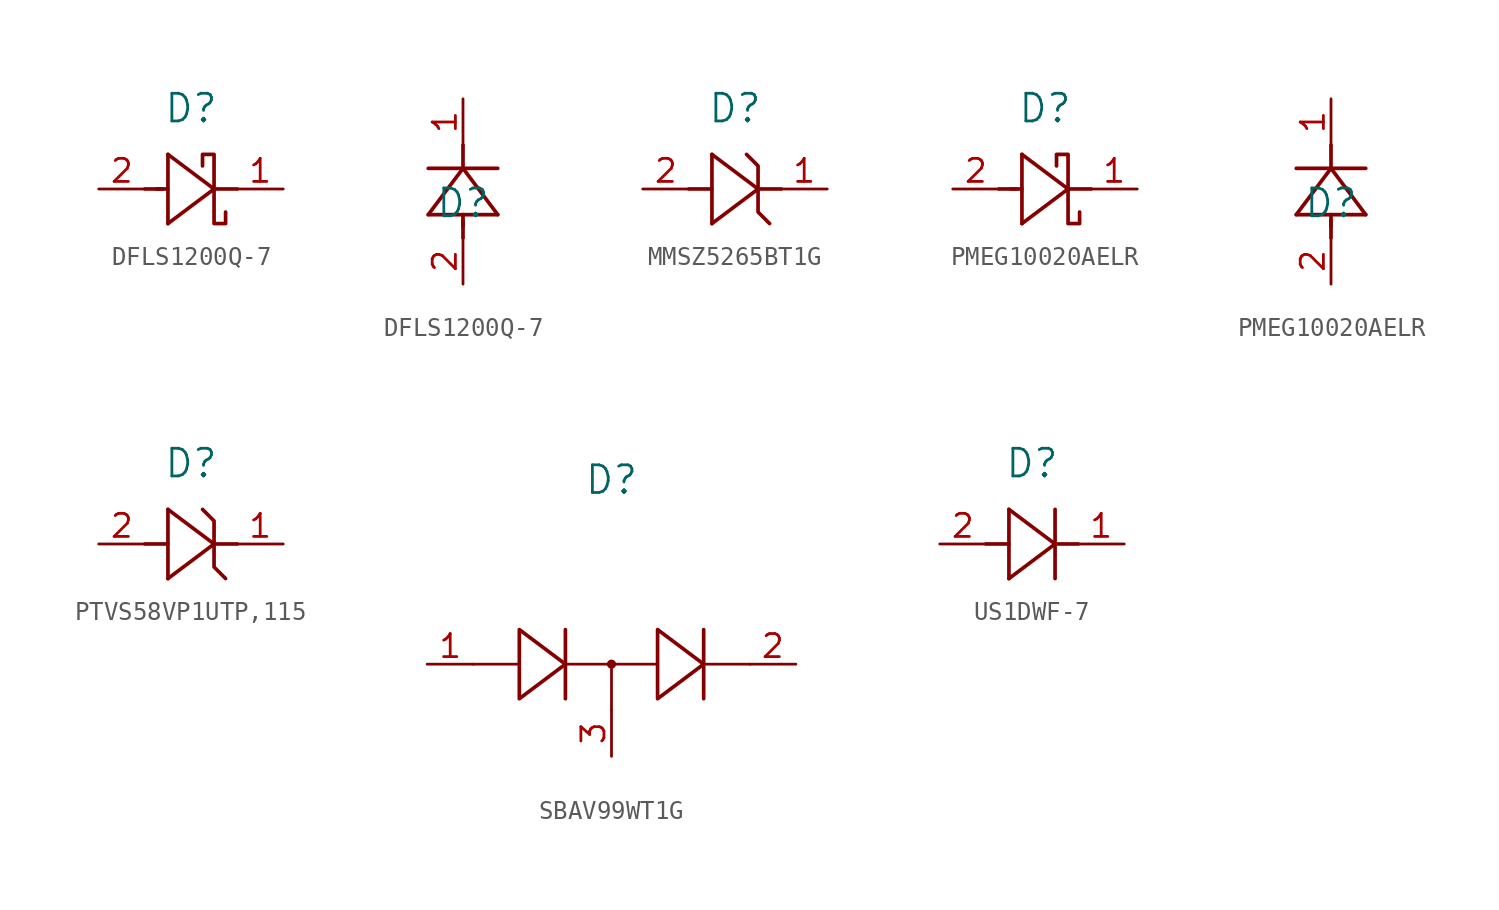
<source format=kicad_sym>
(kicad_symbol_lib
  (version 20231120)
  (generator "kicad_symbol_editor")
  (generator_version "8.0")
  (symbol "DFLS1200Q-7"
    (pin_names
      (offset 0.254))
    (property "Reference" "D"
      (at 0 4.445 0)
      (effects (font (size 1.524 1.524))))
    (symbol "DFLS1200Q-7_0_1"
      (polyline (pts (xy -2.54 0) (xy -1.6 0)) (stroke (width 0.203) (type default)) (fill (type none)))
      (polyline (pts (xy -1.905 0) (xy -1.27 0)) (stroke (width 0.203) (type default)) (fill (type none)))
      (polyline (pts (xy -1.27 -1.905) (xy 1.27 0)) (stroke (width 0.203) (type default)) (fill (type none)))
      (polyline (pts (xy -1.27 1.905) (xy -1.27 -1.905)) (stroke (width 0.203) (type default)) (fill (type none)))
      (polyline (pts (xy 1.27 0) (xy -1.27 1.905)) (stroke (width 0.203) (type default)) (fill (type none)))
      (polyline (pts (xy 1.27 0) (xy 2.54 0)) (stroke (width 0.203) (type default)) (fill (type none)))
      (polyline (pts (xy 1.905 -1.27) (xy 1.905 -1.905) (xy 1.27 -1.905) (xy 1.27 1.905) (xy 0.635 1.905) (xy 0.635 1.27)) (stroke (width 0.203) (type default)) (fill (type none))))
    (symbol "DFLS1200Q-7_1_1"
      (pin unspecified line (at 5.08 0 180) (length 2.54) (name "" (effects (font (size 1.27 1.27)))) (number "1" (effects (font (size 1.27 1.27)))))
      (pin unspecified line (at -5.08 0 0) (length 2.54) (name "" (effects (font (size 1.27 1.27)))) (number "2" (effects (font (size 1.27 1.27))))))
    (symbol "DFLS1200Q-7_1_2"
      (polyline (pts (xy -1.905 3.81) (xy 1.905 3.81)) (stroke (width 0.203) (type default)) (fill (type none)))
      (polyline (pts (xy 0 2.54) (xy 0 3.48)) (stroke (width 0.203) (type default)) (fill (type none)))
      (polyline (pts (xy 0 3.175) (xy 0 3.81)) (stroke (width 0.203) (type default)) (fill (type none)))
      (polyline (pts (xy 0 6.35) (xy -1.905 3.81)) (stroke (width 0.203) (type default)) (fill (type none)))
      (polyline (pts (xy 0 6.35) (xy 0 7.62)) (stroke (width 0.203) (type default)) (fill (type none)))
      (polyline (pts (xy 1.905 3.81) (xy 0 6.35)) (stroke (width 0.203) (type default)) (fill (type none)))
      (polyline (pts (xy 1.905 6.35) (xy -1.905 6.35)) (stroke (width 0.203) (type default)) (fill (type none)))
      (pin unspecified line (at 0 10.16 270) (length 2.54) (name "" (effects (font (size 1.27 1.27)))) (number "1" (effects (font (size 1.27 1.27)))))
      (pin unspecified line (at 0 0 90) (length 2.54) (name "" (effects (font (size 1.27 1.27)))) (number "2" (effects (font (size 1.27 1.27)))))))
  (symbol "MMSZ5265BT1G"
    (pin_names
      (offset 0.254))
    (property "Reference" "D"
      (at 0 4.445 0)
      (effects (font (size 1.524 1.524))))
    (symbol "MMSZ5265BT1G_0_1"
      (polyline (pts (xy -1.27 -1.905) (xy 1.27 0)) (stroke (width 0.203) (type default)) (fill (type none)))
      (polyline (pts (xy -1.27 0) (xy -2.54 0)) (stroke (width 0.203) (type default)) (fill (type none)))
      (polyline (pts (xy -1.27 1.905) (xy -1.27 -1.905)) (stroke (width 0.203) (type default)) (fill (type none)))
      (polyline (pts (xy 1.27 0) (xy -1.27 1.905)) (stroke (width 0.203) (type default)) (fill (type none)))
      (polyline (pts (xy 2.54 0) (xy 1.27 0)) (stroke (width 0.203) (type default)) (fill (type none)))
      (polyline (pts (xy 1.905 -1.905) (xy 1.27 -1.27) (xy 1.27 1.27) (xy 0.635 1.905)) (stroke (width 0.203) (type default)) (fill (type none)))
      (pin unspecified line (at 5.08 0 180) (length 2.54) (name "" (effects (font (size 1.27 1.27)))) (number "1" (effects (font (size 1.27 1.27)))))
      (pin unspecified line (at -5.08 0 0) (length 2.54) (name "" (effects (font (size 1.27 1.27)))) (number "2" (effects (font (size 1.27 1.27)))))))
  (symbol "PMEG10020AELR"
    (pin_names
      (offset 0.254))
    (property "Reference" "D"
      (at 0 4.445 0)
      (effects (font (size 1.524 1.524))))
    (symbol "PMEG10020AELR_0_1"
      (polyline (pts (xy -2.54 0) (xy -1.6 0)) (stroke (width 0.203) (type default)) (fill (type none)))
      (polyline (pts (xy -1.905 0) (xy -1.27 0)) (stroke (width 0.203) (type default)) (fill (type none)))
      (polyline (pts (xy -1.27 -1.905) (xy 1.27 0)) (stroke (width 0.203) (type default)) (fill (type none)))
      (polyline (pts (xy -1.27 1.905) (xy -1.27 -1.905)) (stroke (width 0.203) (type default)) (fill (type none)))
      (polyline (pts (xy 1.27 0) (xy -1.27 1.905)) (stroke (width 0.203) (type default)) (fill (type none)))
      (polyline (pts (xy 1.27 0) (xy 2.54 0)) (stroke (width 0.203) (type default)) (fill (type none)))
      (polyline (pts (xy 1.905 -1.27) (xy 1.905 -1.905) (xy 1.27 -1.905) (xy 1.27 1.905) (xy 0.635 1.905) (xy 0.635 1.27)) (stroke (width 0.203) (type default)) (fill (type none))))
    (symbol "PMEG10020AELR_1_1"
      (pin unspecified line (at 5.08 0 180) (length 2.54) (name "" (effects (font (size 1.27 1.27)))) (number "1" (effects (font (size 1.27 1.27)))))
      (pin unspecified line (at -5.08 0 0) (length 2.54) (name "" (effects (font (size 1.27 1.27)))) (number "2" (effects (font (size 1.27 1.27))))))
    (symbol "PMEG10020AELR_1_2"
      (polyline (pts (xy -1.905 3.81) (xy 1.905 3.81)) (stroke (width 0.203) (type default)) (fill (type none)))
      (polyline (pts (xy 0 2.54) (xy 0 3.48)) (stroke (width 0.203) (type default)) (fill (type none)))
      (polyline (pts (xy 0 3.175) (xy 0 3.81)) (stroke (width 0.203) (type default)) (fill (type none)))
      (polyline (pts (xy 0 6.35) (xy -1.905 3.81)) (stroke (width 0.203) (type default)) (fill (type none)))
      (polyline (pts (xy 0 6.35) (xy 0 7.62)) (stroke (width 0.203) (type default)) (fill (type none)))
      (polyline (pts (xy 1.905 3.81) (xy 0 6.35)) (stroke (width 0.203) (type default)) (fill (type none)))
      (polyline (pts (xy 1.905 6.35) (xy -1.905 6.35)) (stroke (width 0.203) (type default)) (fill (type none)))
      (pin unspecified line (at 0 10.16 270) (length 2.54) (name "" (effects (font (size 1.27 1.27)))) (number "1" (effects (font (size 1.27 1.27)))))
      (pin unspecified line (at 0 0 90) (length 2.54) (name "" (effects (font (size 1.27 1.27)))) (number "2" (effects (font (size 1.27 1.27)))))))
  (symbol "PTVS58VP1UTP,115"
    (pin_names
      (offset 0.254))
    (property "Reference" "D"
      (at 0 4.445 0)
      (effects (font (size 1.524 1.524))))
    (symbol "PTVS58VP1UTP,115_0_1"
      (polyline (pts (xy -1.27 -1.905) (xy 1.27 0)) (stroke (width 0.203) (type default)) (fill (type none)))
      (polyline (pts (xy -1.27 0) (xy -2.54 0)) (stroke (width 0.203) (type default)) (fill (type none)))
      (polyline (pts (xy -1.27 1.905) (xy -1.27 -1.905)) (stroke (width 0.203) (type default)) (fill (type none)))
      (polyline (pts (xy 1.27 0) (xy -1.27 1.905)) (stroke (width 0.203) (type default)) (fill (type none)))
      (polyline (pts (xy 2.54 0) (xy 1.27 0)) (stroke (width 0.203) (type default)) (fill (type none)))
      (polyline (pts (xy 1.905 -1.905) (xy 1.27 -1.27) (xy 1.27 1.27) (xy 0.635 1.905)) (stroke (width 0.203) (type default)) (fill (type none)))
      (pin unspecified line (at 5.08 0 180) (length 2.54) (name "" (effects (font (size 1.27 1.27)))) (number "1" (effects (font (size 1.27 1.27)))))
      (pin unspecified line (at -5.08 0 0) (length 2.54) (name "" (effects (font (size 1.27 1.27)))) (number "2" (effects (font (size 1.27 1.27)))))))
  (symbol "SBAV99WT1G"
    (pin_names
      (offset 0.254))
    (property "Reference" "D"
      (at 0 10.16 0)
      (effects (font (size 1.524 1.524))))
    (symbol "SBAV99WT1G_0_1"
      (polyline (pts (xy -2.54 -1.905) (xy -2.54 1.905)) (stroke (width 0.203) (type default)) (fill (type none)))
      (polyline (pts (xy 5.08 -1.905) (xy 5.08 1.905)) (stroke (width 0.203) (type default)) (fill (type none)))
      (circle (center 0 0) (radius 0.127) (stroke (width 0.254) (type default)) (fill (type none))))
    (symbol "SBAV99WT1G_1_1"
      (polyline (pts (xy -5.08 0) (xy -7.62 0)) (stroke (width 0) (type default)) (fill (type none)))
      (polyline (pts (xy 0 -2.54) (xy 0 0)) (stroke (width 0) (type default)) (fill (type none)))
      (polyline (pts (xy 2.54 0) (xy -2.54 0)) (stroke (width 0) (type default)) (fill (type none)))
      (polyline (pts (xy 7.62 0) (xy 5.08 0)) (stroke (width 0) (type default)) (fill (type none)))
      (polyline (pts (xy -2.54 0) (xy -5.08 1.905) (xy -5.08 -1.905) (xy -2.54 0)) (stroke (width 0.203) (type default)) (fill (type none)))
      (polyline (pts (xy 5.08 0) (xy 2.54 1.905) (xy 2.54 -1.905) (xy 5.08 0)) (stroke (width 0.203) (type default)) (fill (type none)))
      (pin unspecified line (at -10.16 0 0) (length 2.54) (name "" (effects (font (size 1.27 1.27)))) (number "1" (effects (font (size 1.27 1.27)))))
      (pin unspecified line (at 10.16 0 180) (length 2.54) (name "" (effects (font (size 1.27 1.27)))) (number "2" (effects (font (size 1.27 1.27)))))
      (pin unspecified line (at 0 -5.08 90) (length 2.54) (name "" (effects (font (size 1.27 1.27)))) (number "3" (effects (font (size 1.27 1.27)))))))
  (symbol "US1DWF-7"
    (pin_names
      (offset 0.254))
    (property "Reference" "D"
      (at 0 4.445 0)
      (effects (font (size 1.524 1.524))))
    (symbol "US1DWF-7_0_1"
      (polyline (pts (xy -1.27 -1.905) (xy 1.27 0)) (stroke (width 0.203) (type default)) (fill (type none)))
      (polyline (pts (xy -1.27 0) (xy -2.54 0)) (stroke (width 0.203) (type default)) (fill (type none)))
      (polyline (pts (xy -1.27 1.905) (xy -1.27 -1.905)) (stroke (width 0.203) (type default)) (fill (type none)))
      (polyline (pts (xy 1.27 -1.905) (xy 1.27 1.905)) (stroke (width 0.203) (type default)) (fill (type none)))
      (polyline (pts (xy 1.27 0) (xy -1.27 1.905)) (stroke (width 0.203) (type default)) (fill (type none)))
      (polyline (pts (xy 2.54 0) (xy 1.27 0)) (stroke (width 0.203) (type default)) (fill (type none)))
      (pin unspecified line (at 5.08 0 180) (length 2.54) (name "" (effects (font (size 1.27 1.27)))) (number "1" (effects (font (size 1.27 1.27)))))
      (pin unspecified line (at -5.08 0 0) (length 2.54) (name "" (effects (font (size 1.27 1.27)))) (number "2" (effects (font (size 1.27 1.27))))))))
</source>
